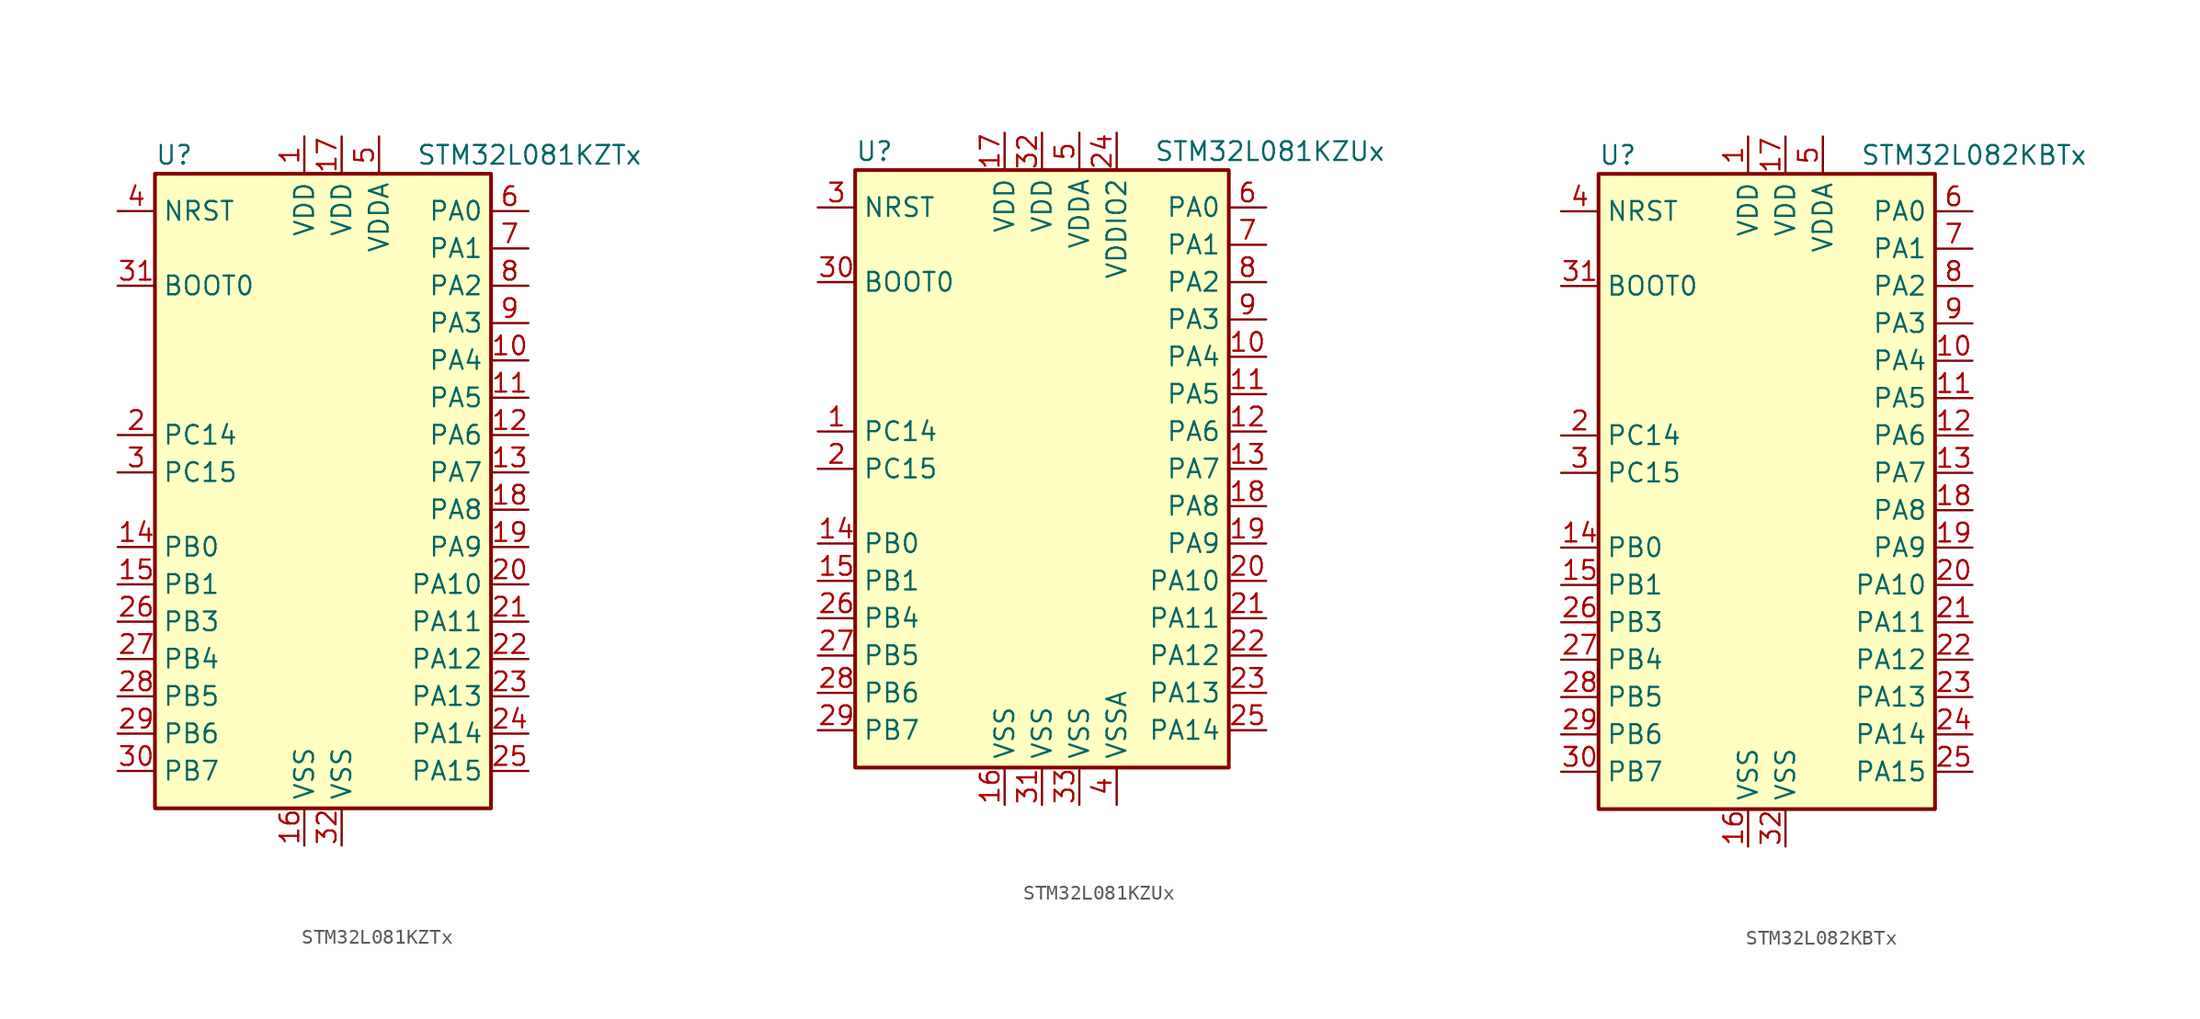
<source format=kicad_sym>
(kicad_symbol_lib
  (version 20201005)
  (generator kicad_symbol_editor)
  (symbol "STM32L081KZTx"
    (property "Reference" "U"
      (at -12.7 21.59 0)
      (effects (font (size 1.27 1.27)) (justify left)))
    (property "Value" "STM32L081KZTx"
      (at 5.08 21.59 0)
      (effects (font (size 1.27 1.27)) (justify left)))
    (symbol "STM32L081KZTx_0_1"
      (rectangle (start -12.7 -22.86) (end 10.16 20.32) (stroke (width 0.254)) (fill (type background))))
    (symbol "STM32L081KZTx_1_1"
      (pin input line (at -15.24 12.7 0) (length 2.54) (name "BOOT0" (effects (font (size 1.27 1.27)))) (number "31" (effects (font (size 1.27 1.27)))))
      (pin input line (at -15.24 17.78 0) (length 2.54) (name "NRST" (effects (font (size 1.27 1.27)))) (number "4" (effects (font (size 1.27 1.27)))))
      (pin bidirectional line (at 12.7 17.78 180) (length 2.54) (name "PA0" (effects (font (size 1.27 1.27)))) (number "6" (effects (font (size 1.27 1.27)))))
      (pin bidirectional line (at 12.7 15.24 180) (length 2.54) (name "PA1" (effects (font (size 1.27 1.27)))) (number "7" (effects (font (size 1.27 1.27)))))
      (pin bidirectional line (at 12.7 -7.62 180) (length 2.54) (name "PA10" (effects (font (size 1.27 1.27)))) (number "20" (effects (font (size 1.27 1.27)))))
      (pin bidirectional line (at 12.7 -10.16 180) (length 2.54) (name "PA11" (effects (font (size 1.27 1.27)))) (number "21" (effects (font (size 1.27 1.27)))))
      (pin bidirectional line (at 12.7 -12.7 180) (length 2.54) (name "PA12" (effects (font (size 1.27 1.27)))) (number "22" (effects (font (size 1.27 1.27)))))
      (pin bidirectional line (at 12.7 -15.24 180) (length 2.54) (name "PA13" (effects (font (size 1.27 1.27)))) (number "23" (effects (font (size 1.27 1.27)))))
      (pin bidirectional line (at 12.7 -17.78 180) (length 2.54) (name "PA14" (effects (font (size 1.27 1.27)))) (number "24" (effects (font (size 1.27 1.27)))))
      (pin bidirectional line (at 12.7 -20.32 180) (length 2.54) (name "PA15" (effects (font (size 1.27 1.27)))) (number "25" (effects (font (size 1.27 1.27)))))
      (pin bidirectional line (at 12.7 12.7 180) (length 2.54) (name "PA2" (effects (font (size 1.27 1.27)))) (number "8" (effects (font (size 1.27 1.27)))))
      (pin bidirectional line (at 12.7 10.16 180) (length 2.54) (name "PA3" (effects (font (size 1.27 1.27)))) (number "9" (effects (font (size 1.27 1.27)))))
      (pin bidirectional line (at 12.7 7.62 180) (length 2.54) (name "PA4" (effects (font (size 1.27 1.27)))) (number "10" (effects (font (size 1.27 1.27)))))
      (pin bidirectional line (at 12.7 5.08 180) (length 2.54) (name "PA5" (effects (font (size 1.27 1.27)))) (number "11" (effects (font (size 1.27 1.27)))))
      (pin bidirectional line (at 12.7 2.54 180) (length 2.54) (name "PA6" (effects (font (size 1.27 1.27)))) (number "12" (effects (font (size 1.27 1.27)))))
      (pin bidirectional line (at 12.7 0 180) (length 2.54) (name "PA7" (effects (font (size 1.27 1.27)))) (number "13" (effects (font (size 1.27 1.27)))))
      (pin bidirectional line (at 12.7 -2.54 180) (length 2.54) (name "PA8" (effects (font (size 1.27 1.27)))) (number "18" (effects (font (size 1.27 1.27)))))
      (pin bidirectional line (at 12.7 -5.08 180) (length 2.54) (name "PA9" (effects (font (size 1.27 1.27)))) (number "19" (effects (font (size 1.27 1.27)))))
      (pin bidirectional line (at -15.24 -5.08 0) (length 2.54) (name "PB0" (effects (font (size 1.27 1.27)))) (number "14" (effects (font (size 1.27 1.27)))))
      (pin bidirectional line (at -15.24 -7.62 0) (length 2.54) (name "PB1" (effects (font (size 1.27 1.27)))) (number "15" (effects (font (size 1.27 1.27)))))
      (pin bidirectional line (at -15.24 -10.16 0) (length 2.54) (name "PB3" (effects (font (size 1.27 1.27)))) (number "26" (effects (font (size 1.27 1.27)))))
      (pin bidirectional line (at -15.24 -12.7 0) (length 2.54) (name "PB4" (effects (font (size 1.27 1.27)))) (number "27" (effects (font (size 1.27 1.27)))))
      (pin bidirectional line (at -15.24 -15.24 0) (length 2.54) (name "PB5" (effects (font (size 1.27 1.27)))) (number "28" (effects (font (size 1.27 1.27)))))
      (pin bidirectional line (at -15.24 -17.78 0) (length 2.54) (name "PB6" (effects (font (size 1.27 1.27)))) (number "29" (effects (font (size 1.27 1.27)))))
      (pin bidirectional line (at -15.24 -20.32 0) (length 2.54) (name "PB7" (effects (font (size 1.27 1.27)))) (number "30" (effects (font (size 1.27 1.27)))))
      (pin bidirectional line (at -15.24 2.54 0) (length 2.54) (name "PC14" (effects (font (size 1.27 1.27)))) (number "2" (effects (font (size 1.27 1.27)))))
      (pin bidirectional line (at -15.24 0 0) (length 2.54) (name "PC15" (effects (font (size 1.27 1.27)))) (number "3" (effects (font (size 1.27 1.27)))))
      (pin power_in line (at -2.54 22.86 270) (length 2.54) (name "VDD" (effects (font (size 1.27 1.27)))) (number "1" (effects (font (size 1.27 1.27)))))
      (pin power_in line (at 0 22.86 270) (length 2.54) (name "VDD" (effects (font (size 1.27 1.27)))) (number "17" (effects (font (size 1.27 1.27)))))
      (pin power_in line (at 2.54 22.86 270) (length 2.54) (name "VDDA" (effects (font (size 1.27 1.27)))) (number "5" (effects (font (size 1.27 1.27)))))
      (pin power_in line (at -2.54 -25.4 90) (length 2.54) (name "VSS" (effects (font (size 1.27 1.27)))) (number "16" (effects (font (size 1.27 1.27)))))
      (pin power_in line (at 0 -25.4 90) (length 2.54) (name "VSS" (effects (font (size 1.27 1.27)))) (number "32" (effects (font (size 1.27 1.27)))))))
  (symbol "STM32L081KZUx"
    (property "Reference" "U"
      (at -12.7 21.59 0)
      (effects (font (size 1.27 1.27)) (justify left)))
    (property "Value" "STM32L081KZUx"
      (at 7.62 21.59 0)
      (effects (font (size 1.27 1.27)) (justify left)))
    (symbol "STM32L081KZUx_0_1"
      (rectangle (start -12.7 -20.32) (end 12.7 20.32) (stroke (width 0.254)) (fill (type background))))
    (symbol "STM32L081KZUx_1_1"
      (pin input line (at -15.24 12.7 0) (length 2.54) (name "BOOT0" (effects (font (size 1.27 1.27)))) (number "30" (effects (font (size 1.27 1.27)))))
      (pin input line (at -15.24 17.78 0) (length 2.54) (name "NRST" (effects (font (size 1.27 1.27)))) (number "3" (effects (font (size 1.27 1.27)))))
      (pin bidirectional line (at 15.24 17.78 180) (length 2.54) (name "PA0" (effects (font (size 1.27 1.27)))) (number "6" (effects (font (size 1.27 1.27)))))
      (pin bidirectional line (at 15.24 15.24 180) (length 2.54) (name "PA1" (effects (font (size 1.27 1.27)))) (number "7" (effects (font (size 1.27 1.27)))))
      (pin bidirectional line (at 15.24 -7.62 180) (length 2.54) (name "PA10" (effects (font (size 1.27 1.27)))) (number "20" (effects (font (size 1.27 1.27)))))
      (pin bidirectional line (at 15.24 -10.16 180) (length 2.54) (name "PA11" (effects (font (size 1.27 1.27)))) (number "21" (effects (font (size 1.27 1.27)))))
      (pin bidirectional line (at 15.24 -12.7 180) (length 2.54) (name "PA12" (effects (font (size 1.27 1.27)))) (number "22" (effects (font (size 1.27 1.27)))))
      (pin bidirectional line (at 15.24 -15.24 180) (length 2.54) (name "PA13" (effects (font (size 1.27 1.27)))) (number "23" (effects (font (size 1.27 1.27)))))
      (pin bidirectional line (at 15.24 -17.78 180) (length 2.54) (name "PA14" (effects (font (size 1.27 1.27)))) (number "25" (effects (font (size 1.27 1.27)))))
      (pin bidirectional line (at 15.24 12.7 180) (length 2.54) (name "PA2" (effects (font (size 1.27 1.27)))) (number "8" (effects (font (size 1.27 1.27)))))
      (pin bidirectional line (at 15.24 10.16 180) (length 2.54) (name "PA3" (effects (font (size 1.27 1.27)))) (number "9" (effects (font (size 1.27 1.27)))))
      (pin bidirectional line (at 15.24 7.62 180) (length 2.54) (name "PA4" (effects (font (size 1.27 1.27)))) (number "10" (effects (font (size 1.27 1.27)))))
      (pin bidirectional line (at 15.24 5.08 180) (length 2.54) (name "PA5" (effects (font (size 1.27 1.27)))) (number "11" (effects (font (size 1.27 1.27)))))
      (pin bidirectional line (at 15.24 2.54 180) (length 2.54) (name "PA6" (effects (font (size 1.27 1.27)))) (number "12" (effects (font (size 1.27 1.27)))))
      (pin bidirectional line (at 15.24 0 180) (length 2.54) (name "PA7" (effects (font (size 1.27 1.27)))) (number "13" (effects (font (size 1.27 1.27)))))
      (pin bidirectional line (at 15.24 -2.54 180) (length 2.54) (name "PA8" (effects (font (size 1.27 1.27)))) (number "18" (effects (font (size 1.27 1.27)))))
      (pin bidirectional line (at 15.24 -5.08 180) (length 2.54) (name "PA9" (effects (font (size 1.27 1.27)))) (number "19" (effects (font (size 1.27 1.27)))))
      (pin bidirectional line (at -15.24 -5.08 0) (length 2.54) (name "PB0" (effects (font (size 1.27 1.27)))) (number "14" (effects (font (size 1.27 1.27)))))
      (pin bidirectional line (at -15.24 -7.62 0) (length 2.54) (name "PB1" (effects (font (size 1.27 1.27)))) (number "15" (effects (font (size 1.27 1.27)))))
      (pin bidirectional line (at -15.24 -10.16 0) (length 2.54) (name "PB4" (effects (font (size 1.27 1.27)))) (number "26" (effects (font (size 1.27 1.27)))))
      (pin bidirectional line (at -15.24 -12.7 0) (length 2.54) (name "PB5" (effects (font (size 1.27 1.27)))) (number "27" (effects (font (size 1.27 1.27)))))
      (pin bidirectional line (at -15.24 -15.24 0) (length 2.54) (name "PB6" (effects (font (size 1.27 1.27)))) (number "28" (effects (font (size 1.27 1.27)))))
      (pin bidirectional line (at -15.24 -17.78 0) (length 2.54) (name "PB7" (effects (font (size 1.27 1.27)))) (number "29" (effects (font (size 1.27 1.27)))))
      (pin bidirectional line (at -15.24 2.54 0) (length 2.54) (name "PC14" (effects (font (size 1.27 1.27)))) (number "1" (effects (font (size 1.27 1.27)))))
      (pin bidirectional line (at -15.24 0 0) (length 2.54) (name "PC15" (effects (font (size 1.27 1.27)))) (number "2" (effects (font (size 1.27 1.27)))))
      (pin power_in line (at -2.54 22.86 270) (length 2.54) (name "VDD" (effects (font (size 1.27 1.27)))) (number "17" (effects (font (size 1.27 1.27)))))
      (pin power_in line (at 0 22.86 270) (length 2.54) (name "VDD" (effects (font (size 1.27 1.27)))) (number "32" (effects (font (size 1.27 1.27)))))
      (pin power_in line (at 2.54 22.86 270) (length 2.54) (name "VDDA" (effects (font (size 1.27 1.27)))) (number "5" (effects (font (size 1.27 1.27)))))
      (pin power_in line (at 5.08 22.86 270) (length 2.54) (name "VDDIO2" (effects (font (size 1.27 1.27)))) (number "24" (effects (font (size 1.27 1.27)))))
      (pin power_in line (at -2.54 -22.86 90) (length 2.54) (name "VSS" (effects (font (size 1.27 1.27)))) (number "16" (effects (font (size 1.27 1.27)))))
      (pin power_in line (at 0 -22.86 90) (length 2.54) (name "VSS" (effects (font (size 1.27 1.27)))) (number "31" (effects (font (size 1.27 1.27)))))
      (pin power_in line (at 2.54 -22.86 90) (length 2.54) (name "VSS" (effects (font (size 1.27 1.27)))) (number "33" (effects (font (size 1.27 1.27)))))
      (pin power_in line (at 5.08 -22.86 90) (length 2.54) (name "VSSA" (effects (font (size 1.27 1.27)))) (number "4" (effects (font (size 1.27 1.27)))))))
  (symbol "STM32L082KBTx"
    (property "Reference" "U"
      (at -12.7 21.59 0)
      (effects (font (size 1.27 1.27)) (justify left)))
    (property "Value" "STM32L082KBTx"
      (at 5.08 21.59 0)
      (effects (font (size 1.27 1.27)) (justify left)))
    (symbol "STM32L082KBTx_0_1"
      (rectangle (start -12.7 -22.86) (end 10.16 20.32) (stroke (width 0.254)) (fill (type background))))
    (symbol "STM32L082KBTx_1_1"
      (pin input line (at -15.24 12.7 0) (length 2.54) (name "BOOT0" (effects (font (size 1.27 1.27)))) (number "31" (effects (font (size 1.27 1.27)))))
      (pin input line (at -15.24 17.78 0) (length 2.54) (name "NRST" (effects (font (size 1.27 1.27)))) (number "4" (effects (font (size 1.27 1.27)))))
      (pin bidirectional line (at 12.7 17.78 180) (length 2.54) (name "PA0" (effects (font (size 1.27 1.27)))) (number "6" (effects (font (size 1.27 1.27)))))
      (pin bidirectional line (at 12.7 15.24 180) (length 2.54) (name "PA1" (effects (font (size 1.27 1.27)))) (number "7" (effects (font (size 1.27 1.27)))))
      (pin bidirectional line (at 12.7 -7.62 180) (length 2.54) (name "PA10" (effects (font (size 1.27 1.27)))) (number "20" (effects (font (size 1.27 1.27)))))
      (pin bidirectional line (at 12.7 -10.16 180) (length 2.54) (name "PA11" (effects (font (size 1.27 1.27)))) (number "21" (effects (font (size 1.27 1.27)))))
      (pin bidirectional line (at 12.7 -12.7 180) (length 2.54) (name "PA12" (effects (font (size 1.27 1.27)))) (number "22" (effects (font (size 1.27 1.27)))))
      (pin bidirectional line (at 12.7 -15.24 180) (length 2.54) (name "PA13" (effects (font (size 1.27 1.27)))) (number "23" (effects (font (size 1.27 1.27)))))
      (pin bidirectional line (at 12.7 -17.78 180) (length 2.54) (name "PA14" (effects (font (size 1.27 1.27)))) (number "24" (effects (font (size 1.27 1.27)))))
      (pin bidirectional line (at 12.7 -20.32 180) (length 2.54) (name "PA15" (effects (font (size 1.27 1.27)))) (number "25" (effects (font (size 1.27 1.27)))))
      (pin bidirectional line (at 12.7 12.7 180) (length 2.54) (name "PA2" (effects (font (size 1.27 1.27)))) (number "8" (effects (font (size 1.27 1.27)))))
      (pin bidirectional line (at 12.7 10.16 180) (length 2.54) (name "PA3" (effects (font (size 1.27 1.27)))) (number "9" (effects (font (size 1.27 1.27)))))
      (pin bidirectional line (at 12.7 7.62 180) (length 2.54) (name "PA4" (effects (font (size 1.27 1.27)))) (number "10" (effects (font (size 1.27 1.27)))))
      (pin bidirectional line (at 12.7 5.08 180) (length 2.54) (name "PA5" (effects (font (size 1.27 1.27)))) (number "11" (effects (font (size 1.27 1.27)))))
      (pin bidirectional line (at 12.7 2.54 180) (length 2.54) (name "PA6" (effects (font (size 1.27 1.27)))) (number "12" (effects (font (size 1.27 1.27)))))
      (pin bidirectional line (at 12.7 0 180) (length 2.54) (name "PA7" (effects (font (size 1.27 1.27)))) (number "13" (effects (font (size 1.27 1.27)))))
      (pin bidirectional line (at 12.7 -2.54 180) (length 2.54) (name "PA8" (effects (font (size 1.27 1.27)))) (number "18" (effects (font (size 1.27 1.27)))))
      (pin bidirectional line (at 12.7 -5.08 180) (length 2.54) (name "PA9" (effects (font (size 1.27 1.27)))) (number "19" (effects (font (size 1.27 1.27)))))
      (pin bidirectional line (at -15.24 -5.08 0) (length 2.54) (name "PB0" (effects (font (size 1.27 1.27)))) (number "14" (effects (font (size 1.27 1.27)))))
      (pin bidirectional line (at -15.24 -7.62 0) (length 2.54) (name "PB1" (effects (font (size 1.27 1.27)))) (number "15" (effects (font (size 1.27 1.27)))))
      (pin bidirectional line (at -15.24 -10.16 0) (length 2.54) (name "PB3" (effects (font (size 1.27 1.27)))) (number "26" (effects (font (size 1.27 1.27)))))
      (pin bidirectional line (at -15.24 -12.7 0) (length 2.54) (name "PB4" (effects (font (size 1.27 1.27)))) (number "27" (effects (font (size 1.27 1.27)))))
      (pin bidirectional line (at -15.24 -15.24 0) (length 2.54) (name "PB5" (effects (font (size 1.27 1.27)))) (number "28" (effects (font (size 1.27 1.27)))))
      (pin bidirectional line (at -15.24 -17.78 0) (length 2.54) (name "PB6" (effects (font (size 1.27 1.27)))) (number "29" (effects (font (size 1.27 1.27)))))
      (pin bidirectional line (at -15.24 -20.32 0) (length 2.54) (name "PB7" (effects (font (size 1.27 1.27)))) (number "30" (effects (font (size 1.27 1.27)))))
      (pin bidirectional line (at -15.24 2.54 0) (length 2.54) (name "PC14" (effects (font (size 1.27 1.27)))) (number "2" (effects (font (size 1.27 1.27)))))
      (pin bidirectional line (at -15.24 0 0) (length 2.54) (name "PC15" (effects (font (size 1.27 1.27)))) (number "3" (effects (font (size 1.27 1.27)))))
      (pin power_in line (at -2.54 22.86 270) (length 2.54) (name "VDD" (effects (font (size 1.27 1.27)))) (number "1" (effects (font (size 1.27 1.27)))))
      (pin power_in line (at 0 22.86 270) (length 2.54) (name "VDD" (effects (font (size 1.27 1.27)))) (number "17" (effects (font (size 1.27 1.27)))))
      (pin power_in line (at 2.54 22.86 270) (length 2.54) (name "VDDA" (effects (font (size 1.27 1.27)))) (number "5" (effects (font (size 1.27 1.27)))))
      (pin power_in line (at -2.54 -25.4 90) (length 2.54) (name "VSS" (effects (font (size 1.27 1.27)))) (number "16" (effects (font (size 1.27 1.27)))))
      (pin power_in line (at 0 -25.4 90) (length 2.54) (name "VSS" (effects (font (size 1.27 1.27)))) (number "32" (effects (font (size 1.27 1.27))))))))
</source>
